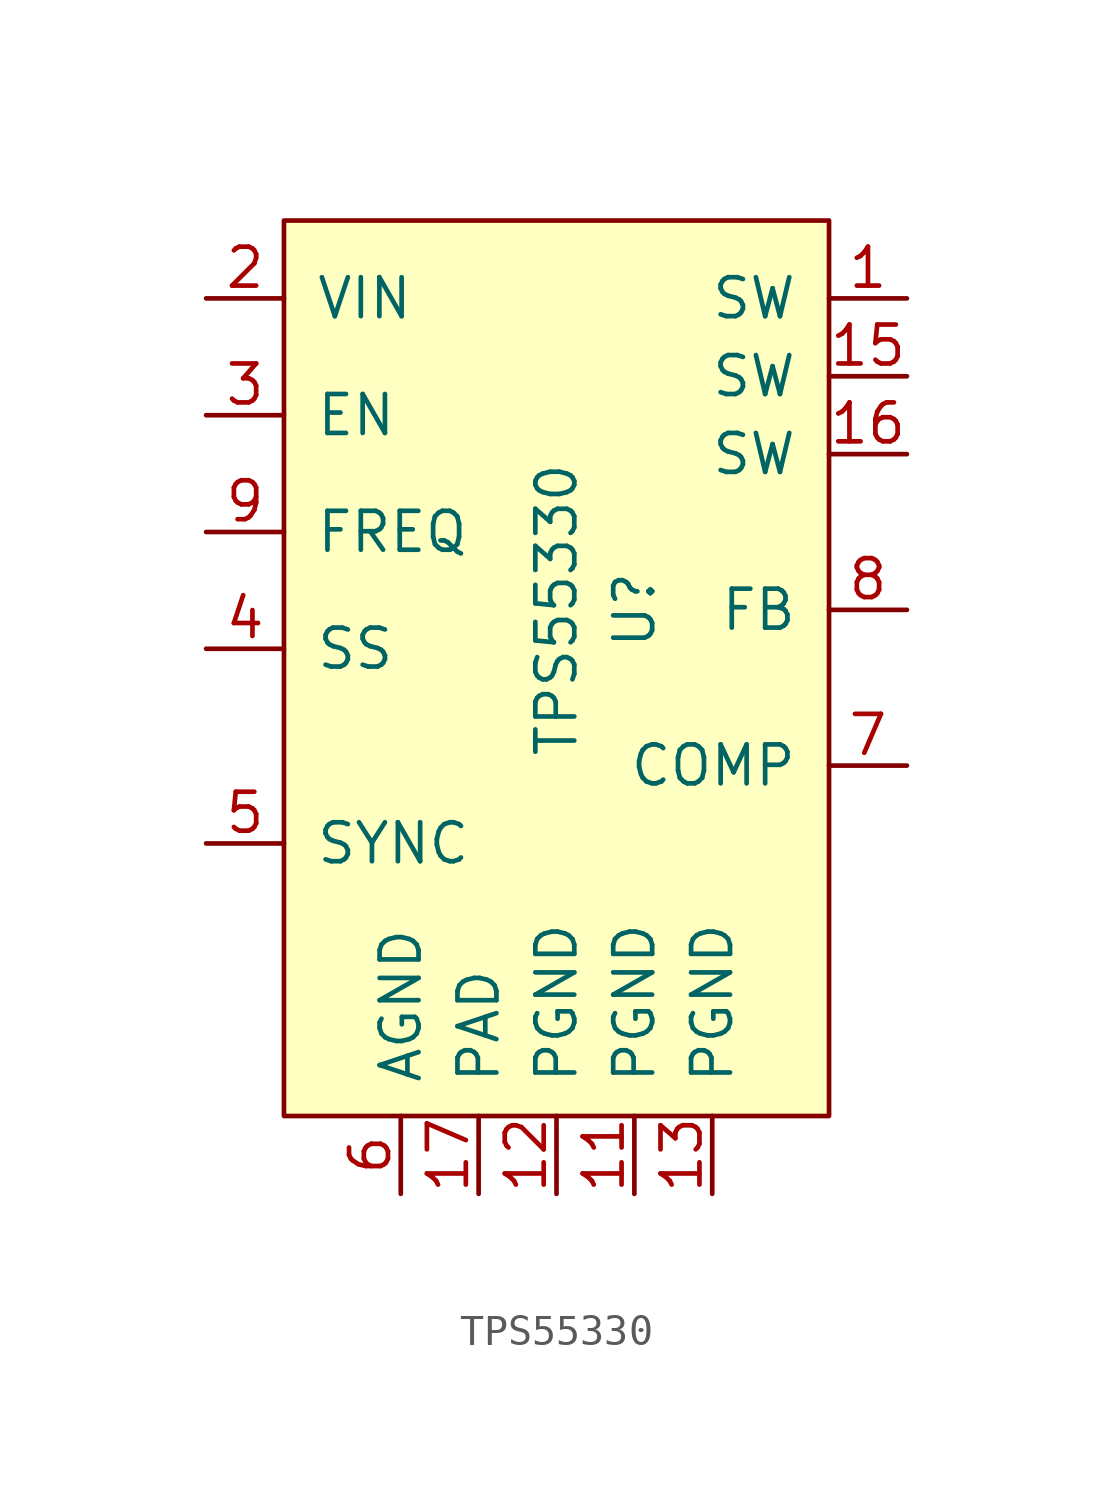
<source format=kicad_sym>
(kicad_symbol_lib
  (version 20220914)
  (generator kicad_symbol_editor)
  (symbol "TPS55330"
    (pin_names
      (offset 1.016))
    (property "Reference" "U"
      (at 2.54 0 90)
      (effects (font (size 1.27 1.27))))
    (property "Value" "TPS55330"
      (at 0 0 90)
      (effects (font (size 1.27 1.27))))
    (symbol "TPS55330_0_0"
      (pin output line (at 11.43 10.16 180) (length 2.54) (name "SW" (effects (font (size 1.27 1.27)))) (number "1" (effects (font (size 1.27 1.27)))))
      (pin no_connect line (at 11.43 -13.97 180) (length 2.54) hide (name "NC" (effects (font (size 1.27 1.27)))) (number "10" (effects (font (size 1.27 1.27)))))
      (pin power_in line (at 2.54 -19.05 90) (length 2.54) (name "PGND" (effects (font (size 1.27 1.27)))) (number "11" (effects (font (size 1.27 1.27)))))
      (pin power_in line (at 0 -19.05 90) (length 2.54) (name "PGND" (effects (font (size 1.27 1.27)))) (number "12" (effects (font (size 1.27 1.27)))))
      (pin power_in line (at 5.08 -19.05 90) (length 2.54) (name "PGND" (effects (font (size 1.27 1.27)))) (number "13" (effects (font (size 1.27 1.27)))))
      (pin no_connect line (at 11.43 -11.43 180) (length 2.54) hide (name "NC" (effects (font (size 1.27 1.27)))) (number "14" (effects (font (size 1.27 1.27)))))
      (pin output line (at 11.43 7.62 180) (length 2.54) (name "SW" (effects (font (size 1.27 1.27)))) (number "15" (effects (font (size 1.27 1.27)))))
      (pin output line (at 11.43 5.08 180) (length 2.54) (name "SW" (effects (font (size 1.27 1.27)))) (number "16" (effects (font (size 1.27 1.27)))))
      (pin power_in line (at -2.54 -19.05 90) (length 2.54) (name "PAD" (effects (font (size 1.27 1.27)))) (number "17" (effects (font (size 1.27 1.27)))))
      (pin power_in line (at -11.43 10.16 0) (length 2.54) (name "VIN" (effects (font (size 1.27 1.27)))) (number "2" (effects (font (size 1.27 1.27)))))
      (pin input line (at -11.43 6.35 0) (length 2.54) (name "EN" (effects (font (size 1.27 1.27)))) (number "3" (effects (font (size 1.27 1.27)))))
      (pin unspecified line (at -11.43 -1.27 0) (length 2.54) (name "SS" (effects (font (size 1.27 1.27)))) (number "4" (effects (font (size 1.27 1.27)))))
      (pin unspecified line (at -11.43 -7.62 0) (length 2.54) (name "SYNC" (effects (font (size 1.27 1.27)))) (number "5" (effects (font (size 1.27 1.27)))))
      (pin power_in line (at -5.08 -19.05 90) (length 2.54) (name "AGND" (effects (font (size 1.27 1.27)))) (number "6" (effects (font (size 1.27 1.27)))))
      (pin output line (at 11.43 -5.08 180) (length 2.54) (name "COMP" (effects (font (size 1.27 1.27)))) (number "7" (effects (font (size 1.27 1.27)))))
      (pin input line (at 11.43 0 180) (length 2.54) (name "FB" (effects (font (size 1.27 1.27)))) (number "8" (effects (font (size 1.27 1.27)))))
      (pin input line (at -11.43 2.54 0) (length 2.54) (name "FREQ" (effects (font (size 1.27 1.27)))) (number "9" (effects (font (size 1.27 1.27))))))
    (symbol "TPS55330_0_1"
      (rectangle (start -8.89 12.7) (end 8.89 -16.51) (stroke (width 0) (type solid)) (fill (type background))))))
</source>
